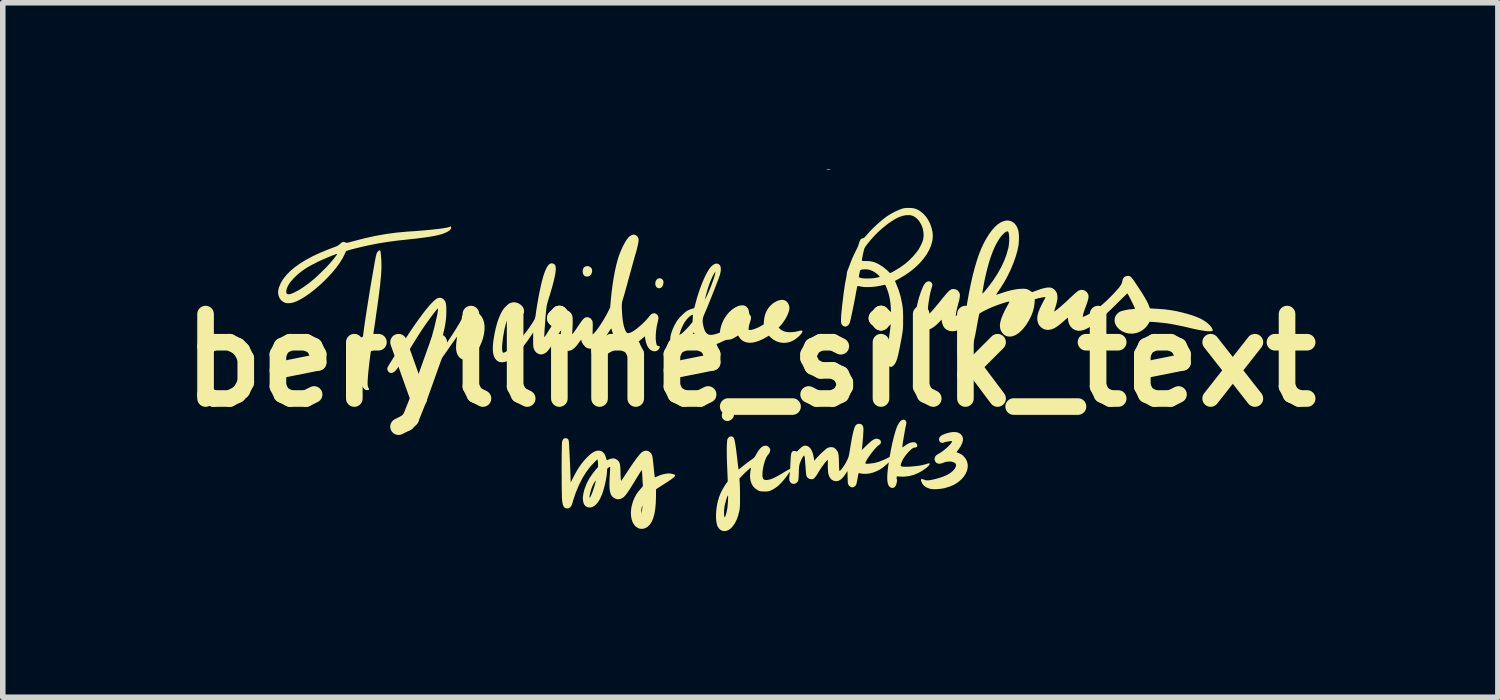
<source format=kicad_pcb>
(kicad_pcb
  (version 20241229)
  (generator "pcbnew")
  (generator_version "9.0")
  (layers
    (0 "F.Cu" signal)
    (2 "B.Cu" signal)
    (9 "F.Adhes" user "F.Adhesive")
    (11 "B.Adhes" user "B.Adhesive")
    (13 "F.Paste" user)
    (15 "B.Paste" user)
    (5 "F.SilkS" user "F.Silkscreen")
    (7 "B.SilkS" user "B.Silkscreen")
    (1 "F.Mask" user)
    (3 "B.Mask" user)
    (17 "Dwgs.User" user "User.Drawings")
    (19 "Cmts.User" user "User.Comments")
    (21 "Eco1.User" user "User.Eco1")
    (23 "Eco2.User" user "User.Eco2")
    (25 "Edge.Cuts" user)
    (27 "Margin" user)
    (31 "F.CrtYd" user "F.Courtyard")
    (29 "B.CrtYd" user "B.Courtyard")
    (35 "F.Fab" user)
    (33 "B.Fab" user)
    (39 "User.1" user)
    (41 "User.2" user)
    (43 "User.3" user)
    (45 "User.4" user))
  (footprint "berylline_silk_text"
    (layer "F.Cu")
    (at 10.494 3.454)
    (property "Reference" "berylline_silk_text" (at 0 0 0) (layer "F.SilkS") (effects (font (size 1.524 1.524) (thickness 0.3))))
    (attr board_only exclude_from_pos_files exclude_from_bom)
    (fp_poly (pts (xy 1.435 -3.453) (xy 1.446 -3.451) (xy 1.445 -3.448) (xy 1.444 -3.448) (xy 1.417 -3.442) (xy 1.385 -3.446) (xy 1.378 -3.448) (xy 1.373 -3.451) (xy 1.38 -3.453) (xy 1.4 -3.453) (xy 1.409 -3.454)) (stroke (width 0) (type solid)) (fill yes) (layer "F.SilkS"))
    (fp_poly (pts (xy -1.618 -1.479) (xy -1.601 -1.471) (xy -1.579 -1.451) (xy -1.568 -1.424) (xy -1.569 -1.389) (xy -1.578 -1.354) (xy -1.593 -1.326) (xy -1.615 -1.308) (xy -1.641 -1.3) (xy -1.668 -1.304) (xy -1.689 -1.317) (xy -1.707 -1.34) (xy -1.715 -1.37) (xy -1.715 -1.403) (xy -1.706 -1.433) (xy -1.689 -1.459) (xy -1.672 -1.472) (xy -1.644 -1.482)) (stroke (width 0) (type solid)) (fill yes) (layer "F.SilkS"))
    (fp_poly (pts (xy -2.916 -1.697) (xy -2.889 -1.684) (xy -2.868 -1.663) (xy -2.86 -1.647) (xy -2.855 -1.613) (xy -2.861 -1.578) (xy -2.876 -1.547) (xy -2.899 -1.524) (xy -2.903 -1.522) (xy -2.93 -1.512) (xy -2.96 -1.512) (xy -2.987 -1.52) (xy -2.996 -1.525) (xy -3.014 -1.548) (xy -3.024 -1.578) (xy -3.027 -1.611) (xy -3.021 -1.644) (xy -3.007 -1.672) (xy -3 -1.68) (xy -2.975 -1.695) (xy -2.946 -1.701)) (stroke (width 0) (type solid)) (fill yes) (layer "F.SilkS"))
    (fp_poly (pts (xy -0.372 0.85) (xy -0.34 0.863) (xy -0.33 0.871) (xy -0.309 0.893) (xy -0.298 0.921) (xy -0.294 0.956) (xy -0.295 0.975) (xy -0.298 1.004) (xy -0.305 1.026) (xy -0.317 1.045) (xy -0.346 1.073) (xy -0.38 1.091) (xy -0.415 1.097) (xy -0.45 1.09) (xy -0.461 1.085) (xy -0.492 1.062) (xy -0.51 1.032) (xy -0.516 0.998) (xy -0.51 0.96) (xy -0.501 0.939) (xy -0.487 0.915) (xy -0.472 0.892) (xy -0.465 0.883) (xy -0.438 0.86) (xy -0.406 0.849)) (stroke (width 0) (type solid)) (fill yes) (layer "F.SilkS"))
    (fp_poly (pts (xy -6.679 -1.98) (xy -6.677 -1.97) (xy -6.674 -1.949) (xy -6.67 -1.919) (xy -6.667 -1.883) (xy -6.665 -1.858) (xy -6.662 -1.82) (xy -6.66 -1.782) (xy -6.659 -1.743) (xy -6.659 -1.703) (xy -6.659 -1.66) (xy -6.661 -1.615) (xy -6.664 -1.565) (xy -6.668 -1.511) (xy -6.674 -1.451) (xy -6.68 -1.386) (xy -6.688 -1.314) (xy -6.698 -1.234) (xy -6.709 -1.146) (xy -6.722 -1.049) (xy -6.737 -0.943) (xy -6.754 -0.825) (xy -6.772 -0.697) (xy -6.793 -0.557) (xy -6.815 -0.404) (xy -6.828 -0.315) (xy -6.844 -0.208) (xy -6.858 -0.104) (xy -6.871 -0.006) (xy -6.882 0.086) (xy -6.891 0.17) (xy -6.899 0.247) (xy -6.904 0.313) (xy -6.907 0.369) (xy -6.909 0.413) (xy -6.908 0.439) (xy -6.903 0.474) (xy -6.893 0.498) (xy -6.89 0.502) (xy -6.881 0.52) (xy -6.884 0.531) (xy -6.9 0.537) (xy -6.918 0.538) (xy -6.941 0.535) (xy -6.964 0.521) (xy -6.968 0.517) (xy -6.992 0.489) (xy -7.014 0.45) (xy -7.031 0.403) (xy -7.039 0.372) (xy -7.046 0.325) (xy -7.05 0.265) (xy -7.05 0.192) (xy -7.047 0.107) (xy -7.04 0.008) (xy -7.031 -0.104) (xy -7.017 -0.229) (xy -7.001 -0.367) (xy -6.981 -0.519) (xy -6.958 -0.684) (xy -6.931 -0.862) (xy -6.901 -1.053) (xy -6.868 -1.259) (xy -6.831 -1.477) (xy -6.818 -1.551) (xy -6.804 -1.632) (xy -6.792 -1.701) (xy -6.782 -1.758) (xy -6.773 -1.805) (xy -6.766 -1.844) (xy -6.76 -1.874) (xy -6.754 -1.897) (xy -6.749 -1.916) (xy -6.744 -1.93) (xy -6.74 -1.94) (xy -6.735 -1.949) (xy -6.734 -1.95) (xy -6.72 -1.968) (xy -6.704 -1.98) (xy -6.689 -1.985)) (stroke (width 0) (type solid)) (fill yes) (layer "F.SilkS"))
    (fp_poly (pts (xy 3.748 1.304) (xy 3.786 1.324) (xy 3.798 1.333) (xy 3.824 1.365) (xy 3.837 1.403) (xy 3.838 1.446) (xy 3.825 1.493) (xy 3.8 1.546) (xy 3.762 1.604) (xy 3.759 1.607) (xy 3.721 1.658) (xy 3.747 1.669) (xy 3.782 1.684) (xy 3.807 1.697) (xy 3.827 1.71) (xy 3.845 1.727) (xy 3.853 1.735) (xy 3.89 1.781) (xy 3.914 1.832) (xy 3.925 1.886) (xy 3.923 1.942) (xy 3.909 1.999) (xy 3.883 2.055) (xy 3.844 2.111) (xy 3.812 2.147) (xy 3.75 2.2) (xy 3.68 2.244) (xy 3.6 2.279) (xy 3.51 2.306) (xy 3.497 2.309) (xy 3.452 2.317) (xy 3.404 2.323) (xy 3.354 2.326) (xy 3.307 2.326) (xy 3.267 2.324) (xy 3.24 2.318) (xy 3.184 2.297) (xy 3.14 2.269) (xy 3.108 2.233) (xy 3.087 2.19) (xy 3.082 2.169) (xy 3.081 2.152) (xy 3.088 2.143) (xy 3.104 2.143) (xy 3.13 2.152) (xy 3.135 2.154) (xy 3.16 2.163) (xy 3.182 2.167) (xy 3.21 2.166) (xy 3.217 2.166) (xy 3.268 2.159) (xy 3.327 2.146) (xy 3.39 2.129) (xy 3.453 2.109) (xy 3.511 2.087) (xy 3.547 2.071) (xy 3.593 2.046) (xy 3.632 2.017) (xy 3.665 1.986) (xy 3.691 1.955) (xy 3.707 1.925) (xy 3.714 1.897) (xy 3.71 1.873) (xy 3.695 1.854) (xy 3.664 1.838) (xy 3.625 1.828) (xy 3.581 1.827) (xy 3.536 1.832) (xy 3.492 1.845) (xy 3.482 1.85) (xy 3.44 1.864) (xy 3.403 1.867) (xy 3.371 1.858) (xy 3.357 1.849) (xy 3.336 1.823) (xy 3.326 1.793) (xy 3.328 1.762) (xy 3.34 1.733) (xy 3.364 1.708) (xy 3.379 1.699) (xy 3.425 1.672) (xy 3.474 1.638) (xy 3.522 1.6) (xy 3.566 1.561) (xy 3.603 1.523) (xy 3.614 1.509) (xy 3.633 1.484) (xy 3.641 1.468) (xy 3.641 1.46) (xy 3.631 1.457) (xy 3.614 1.458) (xy 3.571 1.465) (xy 3.535 1.471) (xy 3.51 1.477) (xy 3.495 1.482) (xy 3.493 1.483) (xy 3.484 1.488) (xy 3.467 1.49) (xy 3.464 1.49) (xy 3.437 1.484) (xy 3.418 1.467) (xy 3.407 1.441) (xy 3.406 1.426) (xy 3.412 1.397) (xy 3.431 1.372) (xy 3.462 1.35) (xy 3.507 1.33) (xy 3.514 1.327) (xy 3.586 1.306) (xy 3.649 1.295) (xy 3.703 1.295)) (stroke (width 0) (type solid)) (fill yes) (layer "F.SilkS"))
    (fp_poly (pts (xy -5.408 -2.416) (xy -5.406 -2.412) (xy -5.4 -2.391) (xy -5.407 -2.37) (xy -5.427 -2.347) (xy -5.459 -2.325) (xy -5.503 -2.303) (xy -5.556 -2.282) (xy -5.605 -2.268) (xy -5.666 -2.253) (xy -5.738 -2.239) (xy -5.822 -2.225) (xy -5.918 -2.212) (xy -6.027 -2.198) (xy -6.149 -2.185) (xy -6.21 -2.178) (xy -6.388 -2.159) (xy -6.556 -2.136) (xy -6.712 -2.111) (xy -6.813 -2.091) (xy -6.882 -2.077) (xy -6.953 -2.062) (xy -7.023 -2.046) (xy -7.089 -2.03) (xy -7.15 -2.015) (xy -7.202 -2.001) (xy -7.242 -1.99) (xy -7.298 -1.972) (xy -7.315 -1.932) (xy -7.356 -1.849) (xy -7.41 -1.761) (xy -7.476 -1.67) (xy -7.553 -1.577) (xy -7.642 -1.482) (xy -7.692 -1.432) (xy -7.781 -1.349) (xy -7.868 -1.275) (xy -7.954 -1.208) (xy -8.036 -1.151) (xy -8.114 -1.104) (xy -8.187 -1.067) (xy -8.242 -1.046) (xy -8.277 -1.037) (xy -8.317 -1.032) (xy -8.355 -1.031) (xy -8.386 -1.035) (xy -8.394 -1.037) (xy -8.439 -1.059) (xy -8.476 -1.091) (xy -8.503 -1.133) (xy -8.519 -1.181) (xy -8.523 -1.211) (xy -8.524 -1.24) (xy -8.523 -1.251) (xy -8.376 -1.251) (xy -8.376 -1.222) (xy -8.366 -1.201) (xy -8.366 -1.201) (xy -8.348 -1.192) (xy -8.32 -1.192) (xy -8.283 -1.202) (xy -8.239 -1.221) (xy -8.151 -1.267) (xy -8.059 -1.326) (xy -7.963 -1.396) (xy -7.892 -1.454) (xy -7.85 -1.49) (xy -7.803 -1.534) (xy -7.752 -1.583) (xy -7.701 -1.633) (xy -7.652 -1.682) (xy -7.61 -1.727) (xy -7.585 -1.755) (xy -7.556 -1.789) (xy -7.528 -1.822) (xy -7.504 -1.853) (xy -7.483 -1.88) (xy -7.467 -1.902) (xy -7.458 -1.916) (xy -7.457 -1.921) (xy -7.465 -1.92) (xy -7.484 -1.914) (xy -7.512 -1.904) (xy -7.548 -1.891) (xy -7.588 -1.874) (xy -7.633 -1.856) (xy -7.679 -1.836) (xy -7.725 -1.816) (xy -7.769 -1.796) (xy -7.809 -1.777) (xy -7.826 -1.768) (xy -7.893 -1.734) (xy -7.95 -1.704) (xy -8 -1.675) (xy -8.045 -1.646) (xy -8.089 -1.615) (xy -8.13 -1.584) (xy -8.168 -1.553) (xy -8.207 -1.516) (xy -8.246 -1.477) (xy -8.281 -1.438) (xy -8.31 -1.402) (xy -8.329 -1.374) (xy -8.353 -1.329) (xy -8.369 -1.288) (xy -8.376 -1.251) (xy -8.523 -1.251) (xy -8.521 -1.267) (xy -8.514 -1.297) (xy -8.509 -1.316) (xy -8.478 -1.391) (xy -8.434 -1.465) (xy -8.376 -1.538) (xy -8.306 -1.61) (xy -8.223 -1.68) (xy -8.128 -1.748) (xy -8.02 -1.814) (xy -7.902 -1.878) (xy -7.771 -1.939) (xy -7.63 -1.997) (xy -7.539 -2.032) (xy -7.499 -2.046) (xy -7.47 -2.058) (xy -7.448 -2.069) (xy -7.43 -2.081) (xy -7.413 -2.094) (xy -7.409 -2.099) (xy -7.381 -2.122) (xy -7.359 -2.134) (xy -7.339 -2.137) (xy -7.318 -2.132) (xy -7.312 -2.129) (xy -7.302 -2.125) (xy -7.293 -2.122) (xy -7.283 -2.122) (xy -7.268 -2.124) (xy -7.247 -2.128) (xy -7.218 -2.136) (xy -7.178 -2.147) (xy -7.169 -2.149) (xy -6.967 -2.202) (xy -6.772 -2.245) (xy -6.58 -2.279) (xy -6.389 -2.305) (xy -6.195 -2.323) (xy -6.161 -2.325) (xy -6.056 -2.332) (xy -5.957 -2.34) (xy -5.862 -2.348) (xy -5.775 -2.356) (xy -5.695 -2.365) (xy -5.624 -2.373) (xy -5.562 -2.381) (xy -5.51 -2.389) (xy -5.47 -2.397) (xy -5.441 -2.404) (xy -5.426 -2.41) (xy -5.425 -2.411) (xy -5.414 -2.419)) (stroke (width 0) (type solid)) (fill yes) (layer "F.SilkS"))
    (fp_poly (pts (xy -5.571 -1.124) (xy -5.54 -1.104) (xy -5.533 -1.097) (xy -5.517 -1.078) (xy -5.505 -1.058) (xy -5.497 -1.033) (xy -5.491 -1.001) (xy -5.488 -0.961) (xy -5.487 -0.91) (xy -5.487 -0.885) (xy -5.488 -0.83) (xy -5.491 -0.777) (xy -5.496 -0.724) (xy -5.504 -0.669) (xy -5.514 -0.609) (xy -5.528 -0.544) (xy -5.545 -0.471) (xy -5.565 -0.389) (xy -5.59 -0.295) (xy -5.594 -0.28) (xy -5.606 -0.236) (xy -5.617 -0.196) (xy -5.625 -0.163) (xy -5.631 -0.138) (xy -5.634 -0.124) (xy -5.634 -0.121) (xy -5.629 -0.125) (xy -5.617 -0.137) (xy -5.6 -0.155) (xy -5.597 -0.159) (xy -5.552 -0.214) (xy -5.502 -0.281) (xy -5.447 -0.361) (xy -5.387 -0.451) (xy -5.322 -0.553) (xy -5.273 -0.633) (xy -5.249 -0.673) (xy -5.231 -0.704) (xy -5.219 -0.727) (xy -5.212 -0.744) (xy -5.208 -0.757) (xy -5.208 -0.767) (xy -5.208 -0.769) (xy -5.204 -0.796) (xy -5.187 -0.822) (xy -5.158 -0.847) (xy -5.125 -0.867) (xy -5.074 -0.885) (xy -5.022 -0.889) (xy -4.971 -0.881) (xy -4.923 -0.86) (xy -4.886 -0.832) (xy -4.85 -0.789) (xy -4.823 -0.738) (xy -4.805 -0.678) (xy -4.797 -0.611) (xy -4.799 -0.539) (xy -4.81 -0.462) (xy -4.831 -0.381) (xy -4.851 -0.325) (xy -4.879 -0.261) (xy -4.912 -0.2) (xy -4.948 -0.145) (xy -4.985 -0.097) (xy -5.023 -0.059) (xy -5.059 -0.031) (xy -5.074 -0.023) (xy -5.119 -0.009) (xy -5.164 -0.008) (xy -5.206 -0.021) (xy -5.244 -0.045) (xy -5.26 -0.062) (xy -5.286 -0.102) (xy -5.303 -0.15) (xy -5.312 -0.208) (xy -5.311 -0.276) (xy -5.306 -0.325) (xy -5.105 -0.325) (xy -5.105 -0.304) (xy -5.104 -0.294) (xy -5.103 -0.294) (xy -5.098 -0.299) (xy -5.087 -0.314) (xy -5.072 -0.334) (xy -5.067 -0.342) (xy -5.028 -0.407) (xy -4.997 -0.471) (xy -4.975 -0.532) (xy -4.963 -0.589) (xy -4.96 -0.639) (xy -4.961 -0.652) (xy -4.97 -0.692) (xy -4.986 -0.72) (xy -5.01 -0.739) (xy -5.044 -0.75) (xy -5.067 -0.753) (xy -5.104 -0.757) (xy -5.09 -0.727) (xy -5.084 -0.716) (xy -5.081 -0.706) (xy -5.079 -0.694) (xy -5.078 -0.679) (xy -5.079 -0.657) (xy -5.082 -0.627) (xy -5.087 -0.585) (xy -5.087 -0.581) (xy -5.092 -0.533) (xy -5.096 -0.484) (xy -5.099 -0.437) (xy -5.102 -0.394) (xy -5.104 -0.356) (xy -5.105 -0.325) (xy -5.306 -0.325) (xy -5.305 -0.338) (xy -5.301 -0.371) (xy -5.297 -0.397) (xy -5.296 -0.416) (xy -5.295 -0.423) (xy -5.295 -0.423) (xy -5.297 -0.423) (xy -5.299 -0.421) (xy -5.304 -0.415) (xy -5.311 -0.405) (xy -5.322 -0.39) (xy -5.337 -0.369) (xy -5.356 -0.341) (xy -5.381 -0.306) (xy -5.413 -0.261) (xy -5.451 -0.206) (xy -5.486 -0.155) (xy -5.516 -0.113) (xy -5.545 -0.072) (xy -5.572 -0.036) (xy -5.594 -0.005) (xy -5.612 0.018) (xy -5.621 0.028) (xy -5.654 0.058) (xy -5.688 0.076) (xy -5.721 0.081) (xy -5.753 0.074) (xy -5.781 0.055) (xy -5.786 0.049) (xy -5.802 0.025) (xy -5.812 -0.003) (xy -5.817 -0.04) (xy -5.818 -0.081) (xy -5.818 -0.109) (xy -5.815 -0.138) (xy -5.81 -0.171) (xy -5.803 -0.209) (xy -5.793 -0.254) (xy -5.78 -0.307) (xy -5.764 -0.371) (xy -5.744 -0.446) (xy -5.742 -0.455) (xy -5.721 -0.531) (xy -5.702 -0.604) (xy -5.686 -0.673) (xy -5.671 -0.737) (xy -5.658 -0.793) (xy -5.648 -0.842) (xy -5.642 -0.882) (xy -5.638 -0.912) (xy -5.637 -0.93) (xy -5.639 -0.935) (xy -5.645 -0.931) (xy -5.659 -0.917) (xy -5.681 -0.891) (xy -5.709 -0.855) (xy -5.744 -0.809) (xy -5.786 -0.752) (xy -5.799 -0.734) (xy -5.83 -0.692) (xy -5.858 -0.653) (xy -5.884 -0.615) (xy -5.91 -0.577) (xy -5.937 -0.537) (xy -5.965 -0.493) (xy -5.996 -0.445) (xy -6.03 -0.391) (xy -6.069 -0.328) (xy -6.114 -0.256) (xy -6.142 -0.21) (xy -6.192 -0.129) (xy -6.235 -0.06) (xy -6.272 -0.001) (xy -6.304 0.049) (xy -6.332 0.091) (xy -6.355 0.124) (xy -6.375 0.151) (xy -6.392 0.173) (xy -6.407 0.189) (xy -6.42 0.201) (xy -6.432 0.21) (xy -6.444 0.217) (xy -6.467 0.227) (xy -6.485 0.23) (xy -6.501 0.226) (xy -6.508 0.224) (xy -6.53 0.208) (xy -6.546 0.184) (xy -6.553 0.157) (xy -6.553 0.154) (xy -6.553 0.149) (xy -6.553 0.145) (xy -6.552 0.14) (xy -6.55 0.133) (xy -6.546 0.124) (xy -6.539 0.112) (xy -6.53 0.096) (xy -6.518 0.076) (xy -6.502 0.049) (xy -6.481 0.016) (xy -6.456 -0.025) (xy -6.425 -0.073) (xy -6.389 -0.131) (xy -6.346 -0.199) (xy -6.296 -0.278) (xy -6.288 -0.29) (xy -6.213 -0.408) (xy -6.14 -0.519) (xy -6.071 -0.621) (xy -6.004 -0.716) (xy -5.941 -0.802) (xy -5.883 -0.88) (xy -5.828 -0.947) (xy -5.779 -1.005) (xy -5.735 -1.051) (xy -5.696 -1.087) (xy -5.663 -1.112) (xy -5.642 -1.123) (xy -5.605 -1.13)) (stroke (width 0) (type solid)) (fill yes) (layer "F.SilkS"))
    (fp_poly (pts (xy -0.58 -1.741) (xy -0.555 -1.723) (xy -0.539 -1.696) (xy -0.532 -1.658) (xy -0.534 -1.61) (xy -0.546 -1.554) (xy -0.549 -1.541) (xy -0.556 -1.521) (xy -0.567 -1.49) (xy -0.582 -1.449) (xy -0.601 -1.401) (xy -0.622 -1.346) (xy -0.645 -1.286) (xy -0.67 -1.224) (xy -0.695 -1.161) (xy -0.72 -1.098) (xy -0.744 -1.038) (xy -0.767 -0.981) (xy -0.788 -0.93) (xy -0.807 -0.887) (xy -0.822 -0.852) (xy -0.829 -0.835) (xy -0.847 -0.792) (xy -0.857 -0.754) (xy -0.861 -0.716) (xy -0.858 -0.674) (xy -0.849 -0.625) (xy -0.834 -0.568) (xy -0.816 -0.524) (xy -0.792 -0.491) (xy -0.764 -0.47) (xy -0.742 -0.462) (xy -0.711 -0.459) (xy -0.672 -0.463) (xy -0.627 -0.473) (xy -0.581 -0.488) (xy -0.55 -0.5) (xy -0.542 -0.557) (xy -0.53 -0.608) (xy -0.511 -0.665) (xy -0.485 -0.723) (xy -0.46 -0.767) (xy -0.423 -0.821) (xy -0.381 -0.87) (xy -0.336 -0.911) (xy -0.289 -0.945) (xy -0.242 -0.97) (xy -0.197 -0.987) (xy -0.153 -0.993) (xy -0.114 -0.99) (xy -0.079 -0.974) (xy -0.07 -0.967) (xy -0.044 -0.938) (xy -0.029 -0.902) (xy -0.025 -0.874) (xy -0.022 -0.851) (xy -0.016 -0.832) (xy -0.013 -0.827) (xy 0.003 -0.806) (xy 0.011 -0.786) (xy 0.013 -0.762) (xy 0.008 -0.732) (xy -0.004 -0.693) (xy -0.007 -0.684) (xy -0.017 -0.651) (xy -0.025 -0.619) (xy -0.029 -0.592) (xy -0.03 -0.586) (xy -0.031 -0.549) (xy -0.007 -0.547) (xy 0.016 -0.549) (xy 0.048 -0.557) (xy 0.086 -0.57) (xy 0.126 -0.586) (xy 0.167 -0.605) (xy 0.189 -0.617) (xy 0.241 -0.647) (xy 0.245 -0.703) (xy 0.252 -0.76) (xy 0.262 -0.809) (xy 0.277 -0.854) (xy 0.293 -0.888) (xy 0.322 -0.938) (xy 0.359 -0.983) (xy 0.401 -1.022) (xy 0.447 -1.053) (xy 0.494 -1.076) (xy 0.542 -1.089) (xy 0.586 -1.091) (xy 0.618 -1.084) (xy 0.649 -1.067) (xy 0.675 -1.039) (xy 0.694 -1.004) (xy 0.705 -0.964) (xy 0.706 -0.944) (xy 0.701 -0.904) (xy 0.687 -0.858) (xy 0.666 -0.807) (xy 0.638 -0.754) (xy 0.604 -0.701) (xy 0.567 -0.652) (xy 0.546 -0.628) (xy 0.511 -0.589) (xy 0.538 -0.565) (xy 0.56 -0.548) (xy 0.588 -0.532) (xy 0.606 -0.524) (xy 0.647 -0.513) (xy 0.697 -0.507) (xy 0.751 -0.508) (xy 0.807 -0.514) (xy 0.851 -0.523) (xy 0.886 -0.532) (xy 0.911 -0.537) (xy 0.926 -0.537) (xy 0.936 -0.534) (xy 0.94 -0.527) (xy 0.939 -0.512) (xy 0.928 -0.491) (xy 0.908 -0.466) (xy 0.881 -0.438) (xy 0.849 -0.41) (xy 0.814 -0.383) (xy 0.794 -0.369) (xy 0.734 -0.338) (xy 0.671 -0.32) (xy 0.606 -0.314) (xy 0.541 -0.321) (xy 0.478 -0.34) (xy 0.419 -0.371) (xy 0.372 -0.408) (xy 0.335 -0.444) (xy 0.312 -0.431) (xy 0.232 -0.386) (xy 0.159 -0.353) (xy 0.093 -0.331) (xy 0.033 -0.319) (xy -0.022 -0.317) (xy -0.068 -0.324) (xy -0.113 -0.339) (xy -0.149 -0.36) (xy -0.18 -0.39) (xy -0.21 -0.431) (xy -0.214 -0.438) (xy -0.219 -0.445) (xy -0.226 -0.446) (xy -0.237 -0.44) (xy -0.254 -0.428) (xy -0.305 -0.397) (xy -0.352 -0.378) (xy -0.398 -0.371) (xy -0.401 -0.371) (xy -0.421 -0.37) (xy -0.439 -0.367) (xy -0.459 -0.36) (xy -0.485 -0.349) (xy -0.519 -0.333) (xy -0.52 -0.332) (xy -0.574 -0.308) (xy -0.619 -0.29) (xy -0.66 -0.279) (xy -0.701 -0.274) (xy -0.744 -0.274) (xy -0.748 -0.274) (xy -0.804 -0.281) (xy -0.853 -0.298) (xy -0.898 -0.326) (xy -0.923 -0.347) (xy -0.953 -0.378) (xy -0.977 -0.41) (xy -0.996 -0.449) (xy -1.004 -0.466) (xy -1.019 -0.504) (xy -1.038 -0.479) (xy -1.087 -0.419) (xy -1.138 -0.367) (xy -1.188 -0.323) (xy -1.236 -0.289) (xy -1.255 -0.279) (xy -1.299 -0.263) (xy -1.34 -0.26) (xy -1.375 -0.269) (xy -1.401 -0.286) (xy -1.424 -0.313) (xy -1.44 -0.345) (xy -1.441 -0.347) (xy -1.446 -0.38) (xy -1.443 -0.421) (xy -1.434 -0.463) (xy -1.279 -0.463) (xy -1.277 -0.458) (xy -1.268 -0.46) (xy -1.253 -0.471) (xy -1.23 -0.491) (xy -1.199 -0.519) (xy -1.17 -0.548) (xy -1.137 -0.582) (xy -1.106 -0.616) (xy -1.094 -0.63) (xy -1.044 -0.69) (xy -1.039 -0.755) (xy -1.038 -0.784) (xy -1.037 -0.807) (xy -1.037 -0.821) (xy -1.038 -0.823) (xy -1.045 -0.822) (xy -1.061 -0.815) (xy -1.073 -0.809) (xy -1.11 -0.78) (xy -1.148 -0.74) (xy -1.184 -0.69) (xy -1.217 -0.632) (xy -1.245 -0.57) (xy -1.256 -0.539) (xy -1.266 -0.51) (xy -1.274 -0.485) (xy -1.278 -0.468) (xy -1.279 -0.463) (xy -1.434 -0.463) (xy -1.433 -0.47) (xy -1.416 -0.523) (xy -1.394 -0.58) (xy -1.367 -0.637) (xy -1.335 -0.693) (xy -1.32 -0.717) (xy -1.297 -0.747) (xy -1.267 -0.781) (xy -1.234 -0.815) (xy -1.2 -0.847) (xy -1.167 -0.875) (xy -1.14 -0.894) (xy -1.133 -0.898) (xy -1.103 -0.912) (xy -1.07 -0.925) (xy -1.053 -0.93) (xy -1.012 -0.942) (xy -0.988 -1.032) (xy -0.973 -1.087) (xy -0.825 -1.087) (xy -0.822 -1.084) (xy -0.818 -1.087) (xy -0.822 -1.091) (xy -0.825 -1.087) (xy -0.973 -1.087) (xy -0.969 -1.101) (xy -0.818 -1.101) (xy -0.815 -1.103) (xy -0.807 -1.116) (xy -0.796 -1.139) (xy -0.782 -1.168) (xy -0.766 -1.204) (xy -0.749 -1.242) (xy -0.732 -1.283) (xy -0.724 -1.304) (xy -0.701 -1.361) (xy -0.681 -1.416) (xy -0.663 -1.468) (xy -0.648 -1.513) (xy -0.638 -1.55) (xy -0.633 -1.574) (xy -0.629 -1.605) (xy -0.651 -1.57) (xy -0.67 -1.538) (xy -0.691 -1.495) (xy -0.713 -1.444) (xy -0.735 -1.389) (xy -0.748 -1.352) (xy -0.757 -1.326) (xy -0.767 -1.293) (xy -0.778 -1.257) (xy -0.789 -1.219) (xy -0.799 -1.182) (xy -0.807 -1.149) (xy -0.814 -1.123) (xy -0.817 -1.106) (xy -0.818 -1.101) (xy -0.969 -1.101) (xy -0.963 -1.126) (xy -0.933 -1.219) (xy -0.902 -1.31) (xy -0.869 -1.396) (xy -0.835 -1.476) (xy -0.8 -1.548) (xy -0.767 -1.609) (xy -0.737 -1.655) (xy -0.703 -1.697) (xy -0.668 -1.726) (xy -0.634 -1.743) (xy -0.601 -1.746)) (stroke (width 0) (type solid)) (fill yes) (layer "F.SilkS"))
    (fp_poly (pts (xy 2.912 -2.749) (xy 2.955 -2.743) (xy 2.994 -2.731) (xy 3.034 -2.712) (xy 3.063 -2.694) (xy 3.118 -2.651) (xy 3.168 -2.597) (xy 3.211 -2.534) (xy 3.246 -2.465) (xy 3.272 -2.39) (xy 3.289 -2.314) (xy 3.294 -2.244) (xy 3.292 -2.216) (xy 3.289 -2.182) (xy 3.284 -2.152) (xy 3.262 -2.07) (xy 3.226 -1.988) (xy 3.179 -1.905) (xy 3.119 -1.825) (xy 3.05 -1.746) (xy 2.971 -1.671) (xy 2.882 -1.599) (xy 2.786 -1.533) (xy 2.684 -1.473) (xy 2.61 -1.433) (xy 2.63 -1.388) (xy 2.677 -1.271) (xy 2.714 -1.148) (xy 2.741 -1.018) (xy 2.742 -1.007) (xy 2.748 -0.971) (xy 2.752 -0.935) (xy 2.755 -0.899) (xy 2.757 -0.857) (xy 2.758 -0.808) (xy 2.758 -0.748) (xy 2.758 -0.694) (xy 2.758 -0.648) (xy 2.756 -0.606) (xy 2.754 -0.567) (xy 2.75 -0.528) (xy 2.744 -0.487) (xy 2.737 -0.441) (xy 2.727 -0.387) (xy 2.715 -0.324) (xy 2.706 -0.276) (xy 2.692 -0.206) (xy 2.679 -0.148) (xy 2.669 -0.1) (xy 2.659 -0.061) (xy 2.651 -0.03) (xy 2.642 -0.004) (xy 2.633 0.018) (xy 2.624 0.038) (xy 2.621 0.044) (xy 2.597 0.081) (xy 2.572 0.106) (xy 2.546 0.118) (xy 2.52 0.116) (xy 2.509 0.111) (xy 2.498 0.101) (xy 2.486 0.083) (xy 2.481 0.075) (xy 2.473 0.056) (xy 2.467 0.033) (xy 2.464 0.005) (xy 2.462 -0.029) (xy 2.464 -0.07) (xy 2.468 -0.119) (xy 2.474 -0.179) (xy 2.483 -0.251) (xy 2.492 -0.322) (xy 2.503 -0.401) (xy 2.512 -0.467) (xy 2.52 -0.524) (xy 2.526 -0.572) (xy 2.53 -0.614) (xy 2.534 -0.651) (xy 2.536 -0.685) (xy 2.538 -0.718) (xy 2.539 -0.752) (xy 2.539 -0.788) (xy 2.539 -0.829) (xy 2.539 -0.83) (xy 2.538 -0.912) (xy 2.534 -0.983) (xy 2.527 -1.049) (xy 2.517 -1.112) (xy 2.503 -1.175) (xy 2.501 -1.184) (xy 2.491 -1.221) (xy 2.479 -1.257) (xy 2.466 -1.292) (xy 2.454 -1.323) (xy 2.444 -1.346) (xy 2.435 -1.361) (xy 2.431 -1.364) (xy 2.421 -1.362) (xy 2.401 -1.358) (xy 2.373 -1.352) (xy 2.346 -1.346) (xy 2.289 -1.335) (xy 2.226 -1.327) (xy 2.161 -1.323) (xy 2.097 -1.322) (xy 2.039 -1.325) (xy 1.994 -1.332) (xy 1.967 -1.337) (xy 1.946 -1.34) (xy 1.934 -1.341) (xy 1.932 -1.34) (xy 1.93 -1.333) (xy 1.926 -1.313) (xy 1.92 -1.285) (xy 1.913 -1.249) (xy 1.905 -1.208) (xy 1.905 -1.205) (xy 1.892 -1.133) (xy 1.878 -1.06) (xy 1.864 -0.99) (xy 1.85 -0.922) (xy 1.837 -0.86) (xy 1.825 -0.803) (xy 1.814 -0.754) (xy 1.804 -0.714) (xy 1.797 -0.685) (xy 1.791 -0.669) (xy 1.791 -0.668) (xy 1.774 -0.641) (xy 1.75 -0.62) (xy 1.725 -0.61) (xy 1.715 -0.608) (xy 1.688 -0.614) (xy 1.663 -0.63) (xy 1.647 -0.65) (xy 1.641 -0.668) (xy 1.638 -0.694) (xy 1.637 -0.73) (xy 1.638 -0.777) (xy 1.642 -0.835) (xy 1.649 -0.905) (xy 1.657 -0.983) (xy 1.668 -1.077) (xy 1.678 -1.158) (xy 1.687 -1.229) (xy 1.696 -1.291) (xy 1.704 -1.345) (xy 1.712 -1.394) (xy 1.72 -1.438) (xy 1.724 -1.454) (xy 1.73 -1.489) (xy 1.734 -1.509) (xy 1.96 -1.509) (xy 1.96 -1.499) (xy 1.961 -1.499) (xy 1.969 -1.495) (xy 1.986 -1.49) (xy 1.998 -1.486) (xy 2.028 -1.481) (xy 2.069 -1.477) (xy 2.116 -1.477) (xy 2.165 -1.478) (xy 2.213 -1.481) (xy 2.256 -1.487) (xy 2.264 -1.489) (xy 2.293 -1.495) (xy 2.316 -1.5) (xy 2.331 -1.505) (xy 2.334 -1.507) (xy 2.333 -1.514) (xy 2.322 -1.528) (xy 2.304 -1.545) (xy 2.281 -1.564) (xy 2.255 -1.583) (xy 2.23 -1.599) (xy 2.207 -1.612) (xy 2.157 -1.632) (xy 2.115 -1.641) (xy 2.084 -1.642) (xy 2.051 -1.642) (xy 2.021 -1.639) (xy 1.998 -1.634) (xy 1.988 -1.63) (xy 1.983 -1.622) (xy 1.978 -1.604) (xy 1.972 -1.58) (xy 1.966 -1.553) (xy 1.962 -1.528) (xy 1.96 -1.509) (xy 1.734 -1.509) (xy 1.736 -1.522) (xy 1.74 -1.549) (xy 1.742 -1.566) (xy 1.742 -1.566) (xy 1.744 -1.586) (xy 1.752 -1.612) (xy 1.759 -1.633) (xy 1.769 -1.656) (xy 1.781 -1.688) (xy 1.795 -1.725) (xy 1.809 -1.762) (xy 1.809 -1.762) (xy 1.826 -1.805) (xy 2.014 -1.805) (xy 2.015 -1.8) (xy 2.021 -1.796) (xy 2.032 -1.794) (xy 2.053 -1.793) (xy 2.085 -1.793) (xy 2.089 -1.793) (xy 2.149 -1.79) (xy 2.2 -1.782) (xy 2.249 -1.767) (xy 2.301 -1.744) (xy 2.313 -1.738) (xy 2.396 -1.686) (xy 2.47 -1.625) (xy 2.486 -1.609) (xy 2.503 -1.592) (xy 2.517 -1.579) (xy 2.524 -1.574) (xy 2.524 -1.574) (xy 2.532 -1.577) (xy 2.548 -1.586) (xy 2.572 -1.598) (xy 2.598 -1.613) (xy 2.697 -1.672) (xy 2.784 -1.734) (xy 2.862 -1.8) (xy 2.934 -1.872) (xy 3.001 -1.952) (xy 3.014 -1.969) (xy 3.041 -2.007) (xy 3.067 -2.053) (xy 3.09 -2.101) (xy 3.109 -2.146) (xy 3.12 -2.182) (xy 3.128 -2.247) (xy 3.125 -2.315) (xy 3.111 -2.383) (xy 3.086 -2.448) (xy 3.052 -2.507) (xy 3.017 -2.549) (xy 2.978 -2.583) (xy 2.939 -2.605) (xy 2.896 -2.618) (xy 2.86 -2.621) (xy 2.804 -2.619) (xy 2.746 -2.607) (xy 2.683 -2.585) (xy 2.617 -2.552) (xy 2.546 -2.508) (xy 2.47 -2.454) (xy 2.388 -2.387) (xy 2.333 -2.34) (xy 2.297 -2.306) (xy 2.257 -2.266) (xy 2.217 -2.223) (xy 2.178 -2.179) (xy 2.141 -2.135) (xy 2.108 -2.094) (xy 2.082 -2.058) (xy 2.064 -2.029) (xy 2.061 -2.025) (xy 2.057 -2.011) (xy 2.05 -1.987) (xy 2.042 -1.955) (xy 2.034 -1.92) (xy 2.027 -1.885) (xy 2.021 -1.852) (xy 2.016 -1.825) (xy 2.014 -1.807) (xy 2.014 -1.805) (xy 1.826 -1.805) (xy 1.837 -1.834) (xy 1.874 -1.915) (xy 1.918 -2.004) (xy 1.932 -2.032) (xy 1.939 -2.048) (xy 1.949 -2.073) (xy 1.958 -2.103) (xy 1.961 -2.113) (xy 1.975 -2.153) (xy 1.99 -2.18) (xy 2.008 -2.196) (xy 2.029 -2.203) (xy 2.034 -2.203) (xy 2.045 -2.206) (xy 2.058 -2.215) (xy 2.074 -2.232) (xy 2.097 -2.258) (xy 2.102 -2.263) (xy 2.148 -2.316) (xy 2.203 -2.373) (xy 2.263 -2.431) (xy 2.327 -2.488) (xy 2.389 -2.541) (xy 2.449 -2.587) (xy 2.497 -2.619) (xy 2.544 -2.648) (xy 2.598 -2.677) (xy 2.654 -2.703) (xy 2.706 -2.725) (xy 2.726 -2.732) (xy 2.753 -2.741) (xy 2.777 -2.746) (xy 2.803 -2.749) (xy 2.836 -2.751) (xy 2.86 -2.751)) (stroke (width 0) (type solid)) (fill yes) (layer "F.SilkS"))
    (fp_poly (pts (xy -3.307 1.411) (xy -3.287 1.428) (xy -3.277 1.455) (xy -3.277 1.456) (xy -3.275 1.47) (xy -3.273 1.497) (xy -3.271 1.534) (xy -3.269 1.58) (xy -3.266 1.633) (xy -3.263 1.69) (xy -3.26 1.751) (xy -3.257 1.814) (xy -3.254 1.876) (xy -3.252 1.936) (xy -3.249 1.992) (xy -3.248 2.043) (xy -3.247 2.051) (xy -3.243 2.204) (xy -3.189 2.1) (xy -3.144 2.016) (xy -3.1 1.943) (xy -3.056 1.878) (xy -3.009 1.819) (xy -2.958 1.763) (xy -2.954 1.758) (xy -2.904 1.711) (xy -2.86 1.675) (xy -2.819 1.65) (xy -2.782 1.635) (xy -2.745 1.63) (xy -2.743 1.63) (xy -2.702 1.635) (xy -2.667 1.652) (xy -2.639 1.681) (xy -2.617 1.723) (xy -2.608 1.75) (xy -2.6 1.775) (xy -2.594 1.793) (xy -2.591 1.803) (xy -2.59 1.803) (xy -2.584 1.802) (xy -2.568 1.796) (xy -2.557 1.791) (xy -2.511 1.774) (xy -2.468 1.77) (xy -2.431 1.78) (xy -2.401 1.799) (xy -2.384 1.815) (xy -2.372 1.831) (xy -2.362 1.85) (xy -2.355 1.872) (xy -2.35 1.902) (xy -2.346 1.939) (xy -2.344 1.987) (xy -2.343 2.03) (xy -2.342 2.073) (xy -2.34 2.111) (xy -2.338 2.143) (xy -2.336 2.164) (xy -2.334 2.175) (xy -2.333 2.175) (xy -2.328 2.17) (xy -2.316 2.154) (xy -2.299 2.13) (xy -2.278 2.099) (xy -2.254 2.062) (xy -2.235 2.034) (xy -2.177 1.945) (xy -2.124 1.867) (xy -2.076 1.8) (xy -2.035 1.745) (xy -2 1.702) (xy -1.971 1.671) (xy -1.95 1.653) (xy -1.914 1.635) (xy -1.878 1.631) (xy -1.843 1.638) (xy -1.812 1.657) (xy -1.787 1.686) (xy -1.77 1.724) (xy -1.77 1.727) (xy -1.767 1.741) (xy -1.763 1.767) (xy -1.759 1.802) (xy -1.754 1.843) (xy -1.749 1.888) (xy -1.748 1.895) (xy -1.742 1.956) (xy -1.737 2.004) (xy -1.733 2.041) (xy -1.73 2.069) (xy -1.728 2.088) (xy -1.726 2.101) (xy -1.724 2.108) (xy -1.722 2.111) (xy -1.72 2.112) (xy -1.712 2.109) (xy -1.694 2.102) (xy -1.672 2.092) (xy -1.67 2.091) (xy -1.623 2.072) (xy -1.572 2.057) (xy -1.521 2.046) (xy -1.476 2.042) (xy -1.472 2.042) (xy -1.444 2.044) (xy -1.415 2.049) (xy -1.388 2.056) (xy -1.368 2.064) (xy -1.36 2.071) (xy -1.357 2.079) (xy -1.36 2.088) (xy -1.369 2.1) (xy -1.385 2.116) (xy -1.409 2.134) (xy -1.441 2.158) (xy -1.483 2.186) (xy -1.536 2.221) (xy -1.579 2.248) (xy -1.702 2.327) (xy -1.703 2.473) (xy -1.707 2.587) (xy -1.717 2.688) (xy -1.732 2.777) (xy -1.754 2.853) (xy -1.781 2.916) (xy -1.814 2.966) (xy -1.853 3.005) (xy -1.898 3.03) (xy -1.908 3.034) (xy -1.942 3.041) (xy -1.979 3.041) (xy -2.012 3.035) (xy -2.02 3.032) (xy -2.062 3.006) (xy -2.096 2.97) (xy -2.123 2.925) (xy -2.142 2.872) (xy -2.153 2.812) (xy -2.155 2.773) (xy -1.972 2.773) (xy -1.962 2.734) (xy -1.955 2.704) (xy -1.95 2.671) (xy -1.948 2.657) (xy -1.944 2.619) (xy -1.955 2.643) (xy -1.961 2.663) (xy -1.966 2.69) (xy -1.969 2.72) (xy -1.969 2.72) (xy -1.972 2.773) (xy -2.155 2.773) (xy -2.156 2.748) (xy -2.151 2.68) (xy -2.137 2.61) (xy -2.115 2.539) (xy -2.086 2.472) (xy -2.056 2.418) (xy -2.02 2.367) (xy -1.975 2.314) (xy -1.973 2.313) (xy -1.955 2.291) (xy -1.944 2.276) (xy -1.939 2.264) (xy -1.939 2.252) (xy -1.94 2.246) (xy -1.942 2.23) (xy -1.944 2.203) (xy -1.946 2.169) (xy -1.947 2.131) (xy -1.948 2.119) (xy -1.95 2.081) (xy -1.952 2.047) (xy -1.954 2.019) (xy -1.955 2.001) (xy -1.956 1.998) (xy -1.957 1.992) (xy -1.958 1.987) (xy -1.959 1.984) (xy -1.962 1.985) (xy -1.967 1.991) (xy -1.975 2.002) (xy -1.986 2.019) (xy -2.002 2.044) (xy -2.023 2.078) (xy -2.049 2.121) (xy -2.082 2.175) (xy -2.09 2.188) (xy -2.132 2.256) (xy -2.168 2.313) (xy -2.199 2.36) (xy -2.225 2.398) (xy -2.248 2.429) (xy -2.269 2.453) (xy -2.288 2.471) (xy -2.306 2.484) (xy -2.325 2.494) (xy -2.344 2.501) (xy -2.353 2.503) (xy -2.388 2.509) (xy -2.422 2.503) (xy -2.458 2.486) (xy -2.463 2.483) (xy -2.487 2.464) (xy -2.507 2.44) (xy -2.522 2.409) (xy -2.533 2.371) (xy -2.54 2.324) (xy -2.543 2.267) (xy -2.543 2.2) (xy -2.54 2.12) (xy -2.538 2.086) (xy -2.535 2.04) (xy -2.533 2) (xy -2.531 1.966) (xy -2.53 1.94) (xy -2.53 1.926) (xy -2.53 1.923) (xy -2.537 1.924) (xy -2.551 1.931) (xy -2.556 1.933) (xy -2.572 1.945) (xy -2.582 1.959) (xy -2.587 1.982) (xy -2.587 2.006) (xy -2.59 2.047) (xy -2.596 2.098) (xy -2.606 2.156) (xy -2.619 2.217) (xy -2.634 2.279) (xy -2.65 2.338) (xy -2.667 2.392) (xy -2.679 2.424) (xy -2.71 2.495) (xy -2.744 2.553) (xy -2.781 2.598) (xy -2.819 2.631) (xy -2.859 2.651) (xy -2.897 2.657) (xy -2.938 2.652) (xy -2.971 2.635) (xy -2.996 2.607) (xy -3.013 2.57) (xy -3.021 2.524) (xy -3.022 2.474) (xy -2.903 2.474) (xy -2.9 2.482) (xy -2.899 2.483) (xy -2.894 2.477) (xy -2.885 2.462) (xy -2.879 2.449) (xy -2.867 2.423) (xy -2.853 2.388) (xy -2.839 2.349) (xy -2.825 2.308) (xy -2.812 2.267) (xy -2.802 2.23) (xy -2.794 2.199) (xy -2.791 2.178) (xy -2.791 2.174) (xy -2.793 2.172) (xy -2.801 2.181) (xy -2.812 2.198) (xy -2.825 2.22) (xy -2.838 2.246) (xy -2.851 2.272) (xy -2.86 2.296) (xy -2.872 2.328) (xy -2.882 2.363) (xy -2.891 2.397) (xy -2.898 2.429) (xy -2.902 2.455) (xy -2.903 2.474) (xy -3.022 2.474) (xy -3.022 2.47) (xy -3.014 2.408) (xy -2.997 2.339) (xy -2.992 2.322) (xy -2.953 2.221) (xy -2.901 2.124) (xy -2.837 2.031) (xy -2.794 1.978) (xy -2.749 1.927) (xy -2.749 1.878) (xy -2.75 1.849) (xy -2.752 1.824) (xy -2.755 1.808) (xy -2.759 1.787) (xy -2.804 1.829) (xy -2.886 1.916) (xy -2.962 2.016) (xy -3.031 2.127) (xy -3.094 2.251) (xy -3.15 2.386) (xy -3.199 2.532) (xy -3.213 2.583) (xy -3.229 2.623) (xy -3.25 2.652) (xy -3.276 2.669) (xy -3.299 2.674) (xy -3.329 2.671) (xy -3.352 2.659) (xy -3.371 2.637) (xy -3.384 2.604) (xy -3.394 2.559) (xy -3.399 2.517) (xy -3.4 2.494) (xy -3.401 2.46) (xy -3.402 2.415) (xy -3.403 2.361) (xy -3.404 2.3) (xy -3.405 2.233) (xy -3.405 2.162) (xy -3.405 2.087) (xy -3.406 2.011) (xy -3.406 1.935) (xy -3.406 1.86) (xy -3.405 1.788) (xy -3.405 1.719) (xy -3.404 1.657) (xy -3.403 1.601) (xy -3.402 1.553) (xy -3.401 1.515) (xy -3.4 1.489) (xy -3.399 1.475) (xy -3.388 1.44) (xy -3.372 1.418) (xy -3.349 1.407) (xy -3.335 1.406)) (stroke (width 0) (type solid)) (fill yes) (layer "F.SilkS"))
    (fp_poly (pts (xy -2.085 -2.266) (xy -2.055 -2.251) (xy -2.032 -2.226) (xy -2.019 -2.195) (xy -2.018 -2.193) (xy -2.017 -2.166) (xy -2.021 -2.128) (xy -2.031 -2.077) (xy -2.045 -2.017) (xy -2.064 -1.946) (xy -2.077 -1.902) (xy -2.083 -1.881) (xy -2.091 -1.855) (xy -2.099 -1.824) (xy -2.11 -1.786) (xy -2.123 -1.74) (xy -2.138 -1.686) (xy -2.155 -1.623) (xy -2.175 -1.549) (xy -2.199 -1.464) (xy -2.225 -1.367) (xy -2.234 -1.336) (xy -2.248 -1.284) (xy -2.262 -1.234) (xy -2.275 -1.189) (xy -2.286 -1.15) (xy -2.295 -1.121) (xy -2.3 -1.102) (xy -2.301 -1.102) (xy -2.31 -1.071) (xy -2.316 -1.038) (xy -2.319 -1.001) (xy -2.32 -0.957) (xy -2.318 -0.903) (xy -2.315 -0.85) (xy -2.308 -0.766) (xy -2.298 -0.691) (xy -2.285 -0.626) (xy -2.269 -0.572) (xy -2.252 -0.53) (xy -2.233 -0.502) (xy -2.216 -0.492) (xy -2.193 -0.491) (xy -2.162 -0.501) (xy -2.133 -0.515) (xy -2.095 -0.538) (xy -2.052 -0.569) (xy -2.005 -0.608) (xy -1.957 -0.65) (xy -1.911 -0.695) (xy -1.869 -0.739) (xy -1.834 -0.78) (xy -1.818 -0.801) (xy -1.792 -0.829) (xy -1.763 -0.845) (xy -1.734 -0.85) (xy -1.706 -0.842) (xy -1.681 -0.823) (xy -1.672 -0.81) (xy -1.663 -0.792) (xy -1.659 -0.773) (xy -1.659 -0.75) (xy -1.665 -0.72) (xy -1.671 -0.694) (xy -1.689 -0.613) (xy -1.701 -0.534) (xy -1.707 -0.459) (xy -1.708 -0.39) (xy -1.702 -0.331) (xy -1.7 -0.318) (xy -1.693 -0.289) (xy -1.685 -0.271) (xy -1.675 -0.262) (xy -1.661 -0.259) (xy -1.657 -0.259) (xy -1.64 -0.255) (xy -1.634 -0.243) (xy -1.639 -0.223) (xy -1.642 -0.218) (xy -1.663 -0.188) (xy -1.691 -0.17) (xy -1.723 -0.162) (xy -1.759 -0.167) (xy -1.795 -0.183) (xy -1.813 -0.196) (xy -1.842 -0.229) (xy -1.866 -0.273) (xy -1.885 -0.33) (xy -1.898 -0.396) (xy -1.899 -0.4) (xy -1.903 -0.434) (xy -1.951 -0.393) (xy -1.995 -0.356) (xy -2.035 -0.327) (xy -2.074 -0.303) (xy -2.11 -0.285) (xy -2.135 -0.273) (xy -2.156 -0.267) (xy -2.178 -0.263) (xy -2.207 -0.262) (xy -2.22 -0.262) (xy -2.253 -0.263) (xy -2.277 -0.265) (xy -2.297 -0.27) (xy -2.318 -0.279) (xy -2.323 -0.282) (xy -2.37 -0.312) (xy -2.412 -0.354) (xy -2.447 -0.407) (xy -2.476 -0.469) (xy -2.493 -0.521) (xy -2.5 -0.546) (xy -2.506 -0.565) (xy -2.51 -0.575) (xy -2.51 -0.575) (xy -2.515 -0.571) (xy -2.525 -0.558) (xy -2.54 -0.536) (xy -2.556 -0.51) (xy -2.596 -0.447) (xy -2.638 -0.388) (xy -2.682 -0.335) (xy -2.725 -0.29) (xy -2.766 -0.254) (xy -2.804 -0.228) (xy -2.815 -0.223) (xy -2.849 -0.213) (xy -2.888 -0.21) (xy -2.926 -0.215) (xy -2.95 -0.223) (xy -2.976 -0.241) (xy -3.001 -0.267) (xy -3.023 -0.296) (xy -3.04 -0.326) (xy -3.049 -0.353) (xy -3.049 -0.361) (xy -3.051 -0.369) (xy -3.057 -0.368) (xy -3.068 -0.355) (xy -3.086 -0.332) (xy -3.09 -0.325) (xy -3.132 -0.268) (xy -3.173 -0.224) (xy -3.212 -0.194) (xy -3.25 -0.176) (xy -3.289 -0.17) (xy -3.322 -0.175) (xy -3.356 -0.191) (xy -3.385 -0.217) (xy -3.408 -0.252) (xy -3.416 -0.274) (xy -3.422 -0.305) (xy -3.425 -0.345) (xy -3.426 -0.392) (xy -3.425 -0.442) (xy -3.42 -0.491) (xy -3.42 -0.496) (xy -3.417 -0.521) (xy -3.415 -0.54) (xy -3.415 -0.55) (xy -3.415 -0.55) (xy -3.419 -0.545) (xy -3.429 -0.529) (xy -3.444 -0.505) (xy -3.464 -0.472) (xy -3.486 -0.434) (xy -3.511 -0.392) (xy -3.549 -0.328) (xy -3.581 -0.276) (xy -3.608 -0.234) (xy -3.632 -0.2) (xy -3.653 -0.174) (xy -3.672 -0.153) (xy -3.691 -0.138) (xy -3.71 -0.126) (xy -3.713 -0.124) (xy -3.751 -0.109) (xy -3.787 -0.106) (xy -3.823 -0.115) (xy -3.829 -0.118) (xy -3.858 -0.136) (xy -3.881 -0.159) (xy -3.901 -0.193) (xy -3.904 -0.199) (xy -3.909 -0.212) (xy -3.913 -0.225) (xy -3.916 -0.24) (xy -3.918 -0.26) (xy -3.919 -0.286) (xy -3.92 -0.322) (xy -3.92 -0.368) (xy -3.92 -0.501) (xy -3.972 -0.424) (xy -4.03 -0.34) (xy -4.085 -0.268) (xy -4.139 -0.203) (xy -4.193 -0.143) (xy -4.217 -0.118) (xy -4.271 -0.067) (xy -4.319 -0.027) (xy -4.364 0.002) (xy -4.406 0.022) (xy -4.447 0.032) (xy -4.482 0.035) (xy -4.508 0.033) (xy -4.532 0.028) (xy -4.542 0.025) (xy -4.561 0.014) (xy -4.581 -0.002) (xy -4.587 -0.008) (xy -4.612 -0.04) (xy -4.631 -0.081) (xy -4.643 -0.131) (xy -4.648 -0.19) (xy -4.647 -0.26) (xy -4.64 -0.34) (xy -4.625 -0.432) (xy -4.613 -0.499) (xy -4.595 -0.579) (xy -4.577 -0.648) (xy -4.559 -0.709) (xy -4.538 -0.766) (xy -4.515 -0.82) (xy -4.506 -0.839) (xy -4.486 -0.877) (xy -4.469 -0.906) (xy -4.452 -0.93) (xy -4.431 -0.955) (xy -4.413 -0.972) (xy -4.384 -1.001) (xy -4.36 -1.02) (xy -4.339 -1.032) (xy -4.326 -1.037) (xy -4.28 -1.048) (xy -4.237 -1.046) (xy -4.193 -1.032) (xy -4.183 -1.028) (xy -4.141 -1) (xy -4.109 -0.967) (xy -4.09 -0.929) (xy -4.084 -0.888) (xy -4.086 -0.859) (xy -4.093 -0.843) (xy -4.105 -0.84) (xy -4.123 -0.849) (xy -4.147 -0.871) (xy -4.147 -0.871) (xy -4.181 -0.901) (xy -4.214 -0.918) (xy -4.246 -0.923) (xy -4.27 -0.916) (xy -4.295 -0.897) (xy -4.321 -0.866) (xy -4.346 -0.825) (xy -4.371 -0.775) (xy -4.393 -0.717) (xy -4.414 -0.653) (xy -4.433 -0.583) (xy -4.444 -0.528) (xy -4.46 -0.438) (xy -4.471 -0.358) (xy -4.478 -0.291) (xy -4.481 -0.235) (xy -4.48 -0.191) (xy -4.479 -0.187) (xy -4.475 -0.159) (xy -4.47 -0.143) (xy -4.461 -0.137) (xy -4.447 -0.139) (xy -4.43 -0.146) (xy -4.385 -0.171) (xy -4.335 -0.207) (xy -4.281 -0.253) (xy -4.224 -0.307) (xy -4.166 -0.37) (xy -4.106 -0.438) (xy -4.047 -0.512) (xy -3.99 -0.59) (xy -3.936 -0.671) (xy -3.923 -0.692) (xy -3.905 -0.721) (xy -3.892 -0.744) (xy -3.885 -0.765) (xy -3.879 -0.788) (xy -3.875 -0.819) (xy -3.875 -0.819) (xy -3.862 -0.911) (xy -3.847 -1.005) (xy -3.831 -1.098) (xy -3.814 -1.19) (xy -3.796 -1.278) (xy -3.778 -1.36) (xy -3.76 -1.434) (xy -3.743 -1.497) (xy -3.731 -1.537) (xy -3.707 -1.605) (xy -3.683 -1.659) (xy -3.66 -1.7) (xy -3.636 -1.729) (xy -3.611 -1.746) (xy -3.586 -1.751) (xy -3.558 -1.746) (xy -3.555 -1.745) (xy -3.537 -1.734) (xy -3.523 -1.717) (xy -3.515 -1.693) (xy -3.511 -1.661) (xy -3.513 -1.622) (xy -3.519 -1.572) (xy -3.53 -1.513) (xy -3.546 -1.442) (xy -3.567 -1.36) (xy -3.571 -1.346) (xy -3.585 -1.295) (xy -3.602 -1.238) (xy -3.619 -1.179) (xy -3.636 -1.126) (xy -3.64 -1.112) (xy -3.654 -1.068) (xy -3.664 -1.032) (xy -3.672 -1.001) (xy -3.678 -0.97) (xy -3.682 -0.935) (xy -3.687 -0.892) (xy -3.688 -0.874) (xy -3.692 -0.833) (xy -3.696 -0.786) (xy -3.7 -0.735) (xy -3.704 -0.681) (xy -3.708 -0.628) (xy -3.712 -0.577) (xy -3.715 -0.53) (xy -3.717 -0.49) (xy -3.719 -0.459) (xy -3.72 -0.438) (xy -3.72 -0.434) (xy -3.72 -0.416) (xy -3.706 -0.433) (xy -3.698 -0.444) (xy -3.684 -0.465) (xy -3.666 -0.493) (xy -3.646 -0.526) (xy -3.632 -0.548) (xy -3.578 -0.634) (xy -3.529 -0.708) (xy -3.486 -0.77) (xy -3.448 -0.819) (xy -3.415 -0.855) (xy -3.387 -0.879) (xy -3.377 -0.885) (xy -3.358 -0.891) (xy -3.333 -0.895) (xy -3.323 -0.895) (xy -3.286 -0.889) (xy -3.256 -0.872) (xy -3.231 -0.842) (xy -3.224 -0.829) (xy -3.217 -0.813) (xy -3.212 -0.797) (xy -3.209 -0.779) (xy -3.207 -0.756) (xy -3.207 -0.723) (xy -3.206 -0.706) (xy -3.207 -0.663) (xy -3.208 -0.615) (xy -3.21 -0.569) (xy -3.212 -0.542) (xy -3.214 -0.508) (xy -3.214 -0.487) (xy -3.213 -0.475) (xy -3.21 -0.473) (xy -3.208 -0.474) (xy -3.202 -0.482) (xy -3.189 -0.5) (xy -3.171 -0.526) (xy -3.148 -0.559) (xy -3.123 -0.596) (xy -3.109 -0.617) (xy -3.076 -0.665) (xy -3.049 -0.703) (xy -3.027 -0.731) (xy -3.008 -0.752) (xy -2.992 -0.765) (xy -2.977 -0.773) (xy -2.961 -0.777) (xy -2.944 -0.778) (xy -2.909 -0.772) (xy -2.88 -0.753) (xy -2.858 -0.724) (xy -2.852 -0.712) (xy -2.848 -0.7) (xy -2.846 -0.685) (xy -2.845 -0.664) (xy -2.844 -0.635) (xy -2.845 -0.595) (xy -2.845 -0.581) (xy -2.847 -0.465) (xy -2.825 -0.486) (xy -2.798 -0.515) (xy -2.766 -0.555) (xy -2.731 -0.603) (xy -2.695 -0.658) (xy -2.658 -0.716) (xy -2.622 -0.777) (xy -2.589 -0.837) (xy -2.573 -0.868) (xy -2.53 -0.954) (xy -2.52 -1.07) (xy -2.506 -1.21) (xy -2.489 -1.346) (xy -2.469 -1.476) (xy -2.447 -1.598) (xy -2.422 -1.711) (xy -2.395 -1.813) (xy -2.37 -1.893) (xy -2.351 -1.942) (xy -2.328 -1.997) (xy -2.303 -2.052) (xy -2.276 -2.104) (xy -2.251 -2.148) (xy -2.241 -2.164) (xy -2.208 -2.209) (xy -2.174 -2.242) (xy -2.139 -2.262) (xy -2.106 -2.269)) (stroke (width 0) (type solid)) (fill yes) (layer "F.SilkS"))
    (fp_poly (pts (xy 4.698 -2.515) (xy 4.741 -2.494) (xy 4.778 -2.461) (xy 4.808 -2.418) (xy 4.831 -2.365) (xy 4.84 -2.332) (xy 4.845 -2.299) (xy 4.848 -2.257) (xy 4.849 -2.209) (xy 4.848 -2.16) (xy 4.845 -2.113) (xy 4.841 -2.074) (xy 4.84 -2.07) (xy 4.819 -1.969) (xy 4.787 -1.862) (xy 4.747 -1.75) (xy 4.699 -1.636) (xy 4.645 -1.523) (xy 4.584 -1.413) (xy 4.519 -1.308) (xy 4.482 -1.254) (xy 4.464 -1.227) (xy 4.449 -1.205) (xy 4.44 -1.19) (xy 4.437 -1.183) (xy 4.437 -1.183) (xy 4.444 -1.184) (xy 4.462 -1.19) (xy 4.488 -1.198) (xy 4.519 -1.208) (xy 4.522 -1.21) (xy 4.632 -1.245) (xy 4.732 -1.27) (xy 4.822 -1.286) (xy 4.872 -1.29) (xy 4.92 -1.292) (xy 4.958 -1.291) (xy 4.988 -1.286) (xy 5.015 -1.276) (xy 5.04 -1.262) (xy 5.052 -1.254) (xy 5.086 -1.23) (xy 5.171 -1.261) (xy 5.24 -1.285) (xy 5.299 -1.302) (xy 5.348 -1.312) (xy 5.39 -1.315) (xy 5.426 -1.311) (xy 5.456 -1.3) (xy 5.483 -1.282) (xy 5.492 -1.274) (xy 5.518 -1.243) (xy 5.535 -1.206) (xy 5.543 -1.162) (xy 5.543 -1.111) (xy 5.533 -1.052) (xy 5.515 -0.983) (xy 5.503 -0.946) (xy 5.495 -0.919) (xy 5.488 -0.898) (xy 5.485 -0.885) (xy 5.485 -0.883) (xy 5.493 -0.885) (xy 5.51 -0.896) (xy 5.535 -0.915) (xy 5.567 -0.941) (xy 5.605 -0.973) (xy 5.648 -1.011) (xy 5.696 -1.054) (xy 5.746 -1.101) (xy 5.794 -1.146) (xy 5.827 -1.177) (xy 5.859 -1.206) (xy 5.887 -1.23) (xy 5.91 -1.248) (xy 5.925 -1.258) (xy 5.927 -1.259) (xy 5.968 -1.272) (xy 6.007 -1.27) (xy 6.044 -1.255) (xy 6.075 -1.229) (xy 6.091 -1.207) (xy 6.101 -1.183) (xy 6.105 -1.156) (xy 6.103 -1.124) (xy 6.094 -1.085) (xy 6.079 -1.036) (xy 6.061 -0.986) (xy 6.041 -0.933) (xy 6.025 -0.887) (xy 6.013 -0.847) (xy 6.005 -0.816) (xy 6.001 -0.795) (xy 6.002 -0.786) (xy 6.01 -0.787) (xy 6.028 -0.793) (xy 6.053 -0.804) (xy 6.083 -0.819) (xy 6.116 -0.836) (xy 6.148 -0.853) (xy 6.177 -0.871) (xy 6.194 -0.881) (xy 6.267 -0.934) (xy 6.345 -0.999) (xy 6.429 -1.074) (xy 6.516 -1.16) (xy 6.571 -1.217) (xy 6.614 -1.265) (xy 6.649 -1.304) (xy 6.674 -1.338) (xy 6.693 -1.366) (xy 6.705 -1.391) (xy 6.712 -1.414) (xy 6.713 -1.422) (xy 6.723 -1.464) (xy 6.741 -1.494) (xy 6.767 -1.514) (xy 6.802 -1.523) (xy 6.803 -1.523) (xy 6.82 -1.524) (xy 6.835 -1.523) (xy 6.848 -1.519) (xy 6.862 -1.511) (xy 6.877 -1.497) (xy 6.895 -1.476) (xy 6.916 -1.448) (xy 6.942 -1.411) (xy 6.973 -1.363) (xy 6.989 -1.34) (xy 7.038 -1.266) (xy 7.079 -1.202) (xy 7.113 -1.146) (xy 7.14 -1.099) (xy 7.163 -1.057) (xy 7.18 -1.021) (xy 7.193 -0.99) (xy 7.202 -0.966) (xy 7.209 -0.948) (xy 7.213 -0.939) (xy 7.213 -0.939) (xy 7.22 -0.938) (xy 7.239 -0.936) (xy 7.268 -0.934) (xy 7.304 -0.932) (xy 7.344 -0.93) (xy 7.468 -0.921) (xy 7.584 -0.906) (xy 7.698 -0.886) (xy 7.784 -0.866) (xy 7.886 -0.839) (xy 7.976 -0.812) (xy 8.054 -0.784) (xy 8.122 -0.754) (xy 8.182 -0.721) (xy 8.222 -0.695) (xy 8.256 -0.668) (xy 8.287 -0.639) (xy 8.313 -0.61) (xy 8.333 -0.582) (xy 8.344 -0.557) (xy 8.347 -0.539) (xy 8.346 -0.536) (xy 8.336 -0.528) (xy 8.313 -0.524) (xy 8.279 -0.524) (xy 8.235 -0.527) (xy 8.182 -0.534) (xy 8.121 -0.544) (xy 8.053 -0.557) (xy 7.979 -0.573) (xy 7.934 -0.584) (xy 7.832 -0.608) (xy 7.736 -0.628) (xy 7.648 -0.646) (xy 7.57 -0.66) (xy 7.518 -0.668) (xy 7.483 -0.672) (xy 7.442 -0.677) (xy 7.399 -0.681) (xy 7.355 -0.685) (xy 7.313 -0.689) (xy 7.275 -0.692) (xy 7.244 -0.694) (xy 7.221 -0.695) (xy 7.21 -0.695) (xy 7.209 -0.695) (xy 7.203 -0.688) (xy 7.193 -0.672) (xy 7.183 -0.655) (xy 7.145 -0.602) (xy 7.097 -0.557) (xy 7.041 -0.521) (xy 6.979 -0.496) (xy 6.914 -0.483) (xy 6.878 -0.481) (xy 6.819 -0.486) (xy 6.763 -0.501) (xy 6.713 -0.523) (xy 6.668 -0.553) (xy 6.631 -0.588) (xy 6.602 -0.627) (xy 6.583 -0.67) (xy 6.575 -0.714) (xy 6.578 -0.759) (xy 6.59 -0.794) (xy 6.617 -0.835) (xy 6.654 -0.867) (xy 6.672 -0.878) (xy 6.693 -0.886) (xy 6.724 -0.895) (xy 6.76 -0.904) (xy 6.799 -0.912) (xy 6.836 -0.918) (xy 6.854 -0.92) (xy 6.881 -0.922) (xy 6.907 -0.925) (xy 6.921 -0.927) (xy 6.944 -0.931) (xy 6.93 -0.967) (xy 6.923 -0.982) (xy 6.912 -1.005) (xy 6.898 -1.035) (xy 6.881 -1.068) (xy 6.864 -1.103) (xy 6.847 -1.136) (xy 6.831 -1.166) (xy 6.818 -1.19) (xy 6.81 -1.205) (xy 6.807 -1.209) (xy 6.802 -1.205) (xy 6.788 -1.192) (xy 6.766 -1.171) (xy 6.738 -1.144) (xy 6.704 -1.11) (xy 6.665 -1.072) (xy 6.623 -1.031) (xy 6.614 -1.021) (xy 6.519 -0.928) (xy 6.432 -0.845) (xy 6.352 -0.773) (xy 6.279 -0.711) (xy 6.213 -0.659) (xy 6.152 -0.616) (xy 6.096 -0.583) (xy 6.045 -0.558) (xy 5.999 -0.542) (xy 5.956 -0.534) (xy 5.916 -0.533) (xy 5.91 -0.534) (xy 5.863 -0.546) (xy 5.821 -0.57) (xy 5.785 -0.604) (xy 5.758 -0.647) (xy 5.741 -0.697) (xy 5.736 -0.728) (xy 5.734 -0.75) (xy 5.731 -0.765) (xy 5.73 -0.769) (xy 5.723 -0.765) (xy 5.709 -0.753) (xy 5.689 -0.735) (xy 5.671 -0.719) (xy 5.631 -0.684) (xy 5.59 -0.65) (xy 5.551 -0.62) (xy 5.516 -0.596) (xy 5.489 -0.58) (xy 5.489 -0.58) (xy 5.434 -0.558) (xy 5.381 -0.549) (xy 5.331 -0.553) (xy 5.286 -0.569) (xy 5.245 -0.598) (xy 5.243 -0.6) (xy 5.213 -0.634) (xy 5.194 -0.673) (xy 5.183 -0.714) (xy 5.179 -0.751) (xy 5.181 -0.79) (xy 5.19 -0.834) (xy 5.205 -0.883) (xy 5.228 -0.939) (xy 5.259 -1.003) (xy 5.288 -1.06) (xy 5.33 -1.14) (xy 5.307 -1.14) (xy 5.29 -1.138) (xy 5.264 -1.134) (xy 5.233 -1.127) (xy 5.209 -1.122) (xy 5.135 -1.103) (xy 5.131 -1.036) (xy 5.121 -0.959) (xy 5.1 -0.878) (xy 5.068 -0.797) (xy 5.027 -0.716) (xy 4.979 -0.639) (xy 4.924 -0.569) (xy 4.892 -0.535) (xy 4.842 -0.49) (xy 4.791 -0.458) (xy 4.741 -0.437) (xy 4.693 -0.428) (xy 4.647 -0.431) (xy 4.605 -0.445) (xy 4.568 -0.472) (xy 4.537 -0.51) (xy 4.529 -0.524) (xy 4.513 -0.562) (xy 4.506 -0.604) (xy 4.506 -0.65) (xy 4.516 -0.703) (xy 4.533 -0.762) (xy 4.56 -0.828) (xy 4.596 -0.903) (xy 4.63 -0.967) (xy 4.647 -0.999) (xy 4.662 -1.026) (xy 4.672 -1.047) (xy 4.678 -1.058) (xy 4.679 -1.06) (xy 4.672 -1.061) (xy 4.655 -1.058) (xy 4.629 -1.052) (xy 4.595 -1.042) (xy 4.556 -1.03) (xy 4.514 -1.016) (xy 4.471 -1.001) (xy 4.428 -0.985) (xy 4.388 -0.969) (xy 4.357 -0.957) (xy 4.305 -0.934) (xy 4.257 -0.911) (xy 4.215 -0.89) (xy 4.18 -0.871) (xy 4.153 -0.855) (xy 4.137 -0.844) (xy 4.133 -0.839) (xy 4.13 -0.829) (xy 4.125 -0.807) (xy 4.119 -0.775) (xy 4.111 -0.737) (xy 4.104 -0.694) (xy 4.101 -0.681) (xy 4.08 -0.563) (xy 4.06 -0.458) (xy 4.039 -0.366) (xy 4.019 -0.287) (xy 3.999 -0.219) (xy 3.978 -0.162) (xy 3.956 -0.116) (xy 3.934 -0.08) (xy 3.911 -0.053) (xy 3.886 -0.036) (xy 3.867 -0.028) (xy 3.843 -0.022) (xy 3.825 -0.022) (xy 3.806 -0.029) (xy 3.797 -0.033) (xy 3.775 -0.051) (xy 3.756 -0.08) (xy 3.756 -0.08) (xy 3.75 -0.093) (xy 3.745 -0.105) (xy 3.742 -0.119) (xy 3.74 -0.137) (xy 3.739 -0.162) (xy 3.738 -0.195) (xy 3.738 -0.239) (xy 3.738 -0.248) (xy 3.738 -0.297) (xy 3.739 -0.349) (xy 3.741 -0.397) (xy 3.742 -0.44) (xy 3.744 -0.463) (xy 3.75 -0.545) (xy 3.72 -0.535) (xy 3.697 -0.529) (xy 3.667 -0.526) (xy 3.644 -0.525) (xy 3.593 -0.531) (xy 3.548 -0.549) (xy 3.511 -0.578) (xy 3.483 -0.617) (xy 3.464 -0.666) (xy 3.458 -0.697) (xy 3.453 -0.734) (xy 3.399 -0.679) (xy 3.359 -0.641) (xy 3.319 -0.608) (xy 3.28 -0.582) (xy 3.246 -0.564) (xy 3.232 -0.56) (xy 3.189 -0.553) (xy 3.146 -0.555) (xy 3.107 -0.566) (xy 3.105 -0.567) (xy 3.063 -0.593) (xy 3.031 -0.628) (xy 3.007 -0.674) (xy 2.992 -0.729) (xy 2.987 -0.795) (xy 2.99 -0.871) (xy 3.002 -0.957) (xy 3.024 -1.054) (xy 3.043 -1.125) (xy 3.06 -1.179) (xy 3.078 -1.233) (xy 3.097 -1.282) (xy 3.116 -1.326) (xy 3.133 -1.359) (xy 3.141 -1.373) (xy 3.166 -1.403) (xy 3.194 -1.421) (xy 3.221 -1.427) (xy 3.248 -1.42) (xy 3.266 -1.406) (xy 3.28 -1.388) (xy 3.286 -1.369) (xy 3.284 -1.344) (xy 3.274 -1.31) (xy 3.273 -1.308) (xy 3.261 -1.266) (xy 3.248 -1.214) (xy 3.236 -1.156) (xy 3.226 -1.094) (xy 3.216 -1.033) (xy 3.209 -0.974) (xy 3.205 -0.922) (xy 3.204 -0.88) (xy 3.204 -0.874) (xy 3.206 -0.815) (xy 3.258 -0.867) (xy 3.277 -0.887) (xy 3.302 -0.916) (xy 3.332 -0.951) (xy 3.366 -0.992) (xy 3.401 -1.034) (xy 3.43 -1.07) (xy 3.474 -1.125) (xy 3.511 -1.169) (xy 3.541 -1.205) (xy 3.566 -1.232) (xy 3.587 -1.253) (xy 3.605 -1.268) (xy 3.621 -1.277) (xy 3.637 -1.283) (xy 3.653 -1.286) (xy 3.67 -1.287) (xy 3.674 -1.287) (xy 3.71 -1.28) (xy 3.742 -1.261) (xy 3.768 -1.231) (xy 3.778 -1.209) (xy 3.783 -1.182) (xy 3.782 -1.147) (xy 3.774 -1.104) (xy 3.761 -1.05) (xy 3.759 -1.044) (xy 3.748 -1.002) (xy 3.737 -0.959) (xy 3.727 -0.917) (xy 3.719 -0.878) (xy 3.713 -0.845) (xy 3.709 -0.82) (xy 3.708 -0.805) (xy 3.708 -0.804) (xy 3.714 -0.804) (xy 3.73 -0.812) (xy 3.753 -0.825) (xy 3.781 -0.844) (xy 3.784 -0.845) (xy 3.82 -0.869) (xy 3.847 -0.888) (xy 3.867 -0.903) (xy 3.881 -0.919) (xy 3.892 -0.936) (xy 3.899 -0.957) (xy 3.906 -0.985) (xy 3.912 -1.022) (xy 3.92 -1.066) (xy 3.947 -1.217) (xy 4.189 -1.217) (xy 4.19 -1.208) (xy 4.194 -1.207) (xy 4.202 -1.214) (xy 4.217 -1.231) (xy 4.221 -1.234) (xy 4.238 -1.254) (xy 4.26 -1.281) (xy 4.285 -1.312) (xy 4.307 -1.339) (xy 4.39 -1.452) (xy 4.464 -1.567) (xy 4.529 -1.683) (xy 4.583 -1.799) (xy 4.625 -1.912) (xy 4.656 -2.022) (xy 4.659 -2.035) (xy 4.666 -2.078) (xy 4.671 -2.123) (xy 4.673 -2.17) (xy 4.673 -2.214) (xy 4.671 -2.254) (xy 4.666 -2.288) (xy 4.659 -2.312) (xy 4.65 -2.326) (xy 4.65 -2.326) (xy 4.634 -2.328) (xy 4.613 -2.319) (xy 4.588 -2.301) (xy 4.56 -2.275) (xy 4.531 -2.244) (xy 4.503 -2.207) (xy 4.494 -2.193) (xy 4.451 -2.123) (xy 4.411 -2.045) (xy 4.374 -1.958) (xy 4.338 -1.86) (xy 4.304 -1.752) (xy 4.272 -1.632) (xy 4.25 -1.542) (xy 4.242 -1.506) (xy 4.233 -1.465) (xy 4.224 -1.42) (xy 4.215 -1.374) (xy 4.207 -1.33) (xy 4.2 -1.289) (xy 4.194 -1.255) (xy 4.19 -1.23) (xy 4.189 -1.217) (xy 3.947 -1.217) (xy 3.951 -1.237) (xy 3.983 -1.394) (xy 4.016 -1.539) (xy 4.051 -1.672) (xy 4.087 -1.794) (xy 4.125 -1.906) (xy 4.165 -2.008) (xy 4.208 -2.102) (xy 4.254 -2.188) (xy 4.302 -2.266) (xy 4.307 -2.273) (xy 4.359 -2.345) (xy 4.41 -2.404) (xy 4.461 -2.451) (xy 4.513 -2.486) (xy 4.547 -2.503) (xy 4.6 -2.52) (xy 4.65 -2.524)) (stroke (width 0) (type solid)) (fill yes) (layer "F.SilkS"))
    (fp_poly (pts (xy 2.784 1.075) (xy 2.801 1.087) (xy 2.812 1.102) (xy 2.817 1.119) (xy 2.816 1.142) (xy 2.809 1.175) (xy 2.809 1.176) (xy 2.804 1.196) (xy 2.798 1.225) (xy 2.791 1.262) (xy 2.784 1.304) (xy 2.776 1.349) (xy 2.768 1.394) (xy 2.761 1.439) (xy 2.754 1.48) (xy 2.749 1.516) (xy 2.745 1.545) (xy 2.743 1.563) (xy 2.743 1.57) (xy 2.75 1.568) (xy 2.765 1.56) (xy 2.784 1.546) (xy 2.784 1.546) (xy 2.833 1.513) (xy 2.877 1.491) (xy 2.918 1.481) (xy 2.94 1.479) (xy 2.964 1.48) (xy 2.979 1.484) (xy 2.991 1.492) (xy 2.997 1.499) (xy 3.011 1.522) (xy 3.014 1.544) (xy 3.006 1.562) (xy 2.989 1.573) (xy 2.97 1.575) (xy 2.955 1.576) (xy 2.939 1.582) (xy 2.919 1.595) (xy 2.907 1.605) (xy 2.864 1.645) (xy 2.821 1.693) (xy 2.782 1.745) (xy 2.757 1.784) (xy 2.738 1.822) (xy 2.724 1.856) (xy 2.716 1.884) (xy 2.715 1.903) (xy 2.718 1.91) (xy 2.732 1.916) (xy 2.758 1.92) (xy 2.793 1.922) (xy 2.838 1.921) (xy 2.889 1.919) (xy 2.92 1.916) (xy 2.99 1.909) (xy 3.048 1.902) (xy 3.1 1.892) (xy 3.147 1.881) (xy 3.176 1.872) (xy 3.202 1.864) (xy 3.222 1.86) (xy 3.233 1.858) (xy 3.234 1.859) (xy 3.238 1.871) (xy 3.23 1.889) (xy 3.212 1.91) (xy 3.185 1.935) (xy 3.151 1.961) (xy 3.111 1.989) (xy 3.065 2.016) (xy 3.029 2.035) (xy 2.947 2.069) (xy 2.861 2.091) (xy 2.775 2.1) (xy 2.766 2.1) (xy 2.733 2.1) (xy 2.702 2.099) (xy 2.679 2.097) (xy 2.671 2.096) (xy 2.654 2.093) (xy 2.646 2.097) (xy 2.642 2.11) (xy 2.641 2.117) (xy 2.64 2.138) (xy 2.645 2.148) (xy 2.649 2.157) (xy 2.648 2.176) (xy 2.644 2.201) (xy 2.638 2.228) (xy 2.629 2.253) (xy 2.624 2.265) (xy 2.605 2.289) (xy 2.581 2.302) (xy 2.555 2.304) (xy 2.529 2.294) (xy 2.505 2.273) (xy 2.492 2.252) (xy 2.48 2.216) (xy 2.473 2.168) (xy 2.471 2.108) (xy 2.475 2.035) (xy 2.484 1.949) (xy 2.495 1.871) (xy 2.499 1.843) (xy 2.464 1.875) (xy 2.401 1.929) (xy 2.339 1.971) (xy 2.274 2.004) (xy 2.22 2.025) (xy 2.15 2.043) (xy 2.084 2.05) (xy 2.019 2.047) (xy 1.975 2.039) (xy 1.96 2.036) (xy 1.953 2.041) (xy 1.949 2.057) (xy 1.949 2.057) (xy 1.939 2.113) (xy 1.931 2.157) (xy 1.924 2.191) (xy 1.919 2.216) (xy 1.914 2.235) (xy 1.909 2.248) (xy 1.903 2.257) (xy 1.897 2.265) (xy 1.891 2.271) (xy 1.865 2.289) (xy 1.837 2.294) (xy 1.81 2.286) (xy 1.785 2.267) (xy 1.774 2.252) (xy 1.769 2.242) (xy 1.764 2.23) (xy 1.761 2.215) (xy 1.759 2.194) (xy 1.758 2.165) (xy 1.757 2.125) (xy 1.756 2.113) (xy 1.754 1.999) (xy 1.722 2.047) (xy 1.687 2.096) (xy 1.653 2.134) (xy 1.621 2.16) (xy 1.589 2.175) (xy 1.554 2.181) (xy 1.537 2.181) (xy 1.497 2.171) (xy 1.463 2.151) (xy 1.436 2.117) (xy 1.429 2.104) (xy 1.418 2.079) (xy 1.41 2.052) (xy 1.404 2.022) (xy 1.401 1.984) (xy 1.399 1.936) (xy 1.399 1.901) (xy 1.399 1.795) (xy 1.38 1.812) (xy 1.363 1.83) (xy 1.341 1.857) (xy 1.316 1.891) (xy 1.289 1.928) (xy 1.264 1.966) (xy 1.241 2.001) (xy 1.227 2.025) (xy 1.209 2.055) (xy 1.189 2.085) (xy 1.171 2.109) (xy 1.164 2.117) (xy 1.146 2.134) (xy 1.131 2.143) (xy 1.116 2.147) (xy 1.104 2.147) (xy 1.069 2.141) (xy 1.039 2.124) (xy 1.018 2.099) (xy 1.017 2.098) (xy 1.013 2.085) (xy 1.009 2.064) (xy 1.005 2.032) (xy 1.001 1.99) (xy 0.997 1.936) (xy 0.996 1.923) (xy 0.992 1.862) (xy 0.988 1.814) (xy 0.985 1.778) (xy 0.981 1.751) (xy 0.978 1.733) (xy 0.974 1.723) (xy 0.969 1.719) (xy 0.969 1.719) (xy 0.962 1.725) (xy 0.951 1.74) (xy 0.937 1.764) (xy 0.923 1.791) (xy 0.91 1.82) (xy 0.898 1.849) (xy 0.894 1.86) (xy 0.888 1.88) (xy 0.884 1.9) (xy 0.88 1.925) (xy 0.878 1.957) (xy 0.876 1.997) (xy 0.875 2.035) (xy 0.873 2.082) (xy 0.871 2.118) (xy 0.869 2.144) (xy 0.866 2.162) (xy 0.863 2.175) (xy 0.858 2.185) (xy 0.857 2.186) (xy 0.835 2.212) (xy 0.808 2.227) (xy 0.778 2.231) (xy 0.749 2.223) (xy 0.735 2.213) (xy 0.718 2.196) (xy 0.708 2.175) (xy 0.703 2.149) (xy 0.704 2.115) (xy 0.707 2.084) (xy 0.71 2.056) (xy 0.712 2.033) (xy 0.712 2.019) (xy 0.711 2.017) (xy 0.706 2.02) (xy 0.697 2.032) (xy 0.693 2.039) (xy 0.673 2.07) (xy 0.645 2.107) (xy 0.614 2.147) (xy 0.58 2.186) (xy 0.549 2.221) (xy 0.543 2.226) (xy 0.501 2.267) (xy 0.461 2.298) (xy 0.419 2.324) (xy 0.379 2.345) (xy 0.357 2.355) (xy 0.339 2.361) (xy 0.32 2.365) (xy 0.297 2.367) (xy 0.265 2.367) (xy 0.255 2.367) (xy 0.22 2.367) (xy 0.196 2.366) (xy 0.177 2.363) (xy 0.16 2.357) (xy 0.142 2.349) (xy 0.137 2.347) (xy 0.088 2.314) (xy 0.049 2.273) (xy 0.02 2.222) (xy 0.002 2.164) (xy -0.006 2.098) (xy -0.002 2.026) (xy 0.003 1.993) (xy 0.007 1.968) (xy 0.01 1.948) (xy 0.01 1.938) (xy 0.01 1.938) (xy 0.004 1.941) (xy -0.01 1.952) (xy -0.03 1.97) (xy -0.055 1.992) (xy -0.081 2.016) (xy -0.108 2.042) (xy -0.133 2.067) (xy -0.15 2.085) (xy -0.197 2.134) (xy -0.191 2.212) (xy -0.19 2.241) (xy -0.188 2.282) (xy -0.187 2.33) (xy -0.186 2.383) (xy -0.186 2.438) (xy -0.186 2.476) (xy -0.186 2.534) (xy -0.186 2.58) (xy -0.187 2.617) (xy -0.189 2.647) (xy -0.191 2.672) (xy -0.194 2.695) (xy -0.198 2.718) (xy -0.202 2.734) (xy -0.222 2.81) (xy -0.247 2.878) (xy -0.277 2.937) (xy -0.311 2.988) (xy -0.347 3.029) (xy -0.387 3.059) (xy -0.427 3.077) (xy -0.469 3.083) (xy -0.506 3.077) (xy -0.539 3.061) (xy -0.568 3.034) (xy -0.59 3) (xy -0.592 2.997) (xy -0.605 2.956) (xy -0.614 2.904) (xy -0.619 2.844) (xy -0.619 2.778) (xy -0.617 2.746) (xy -0.475 2.746) (xy -0.474 2.779) (xy -0.472 2.807) (xy -0.467 2.825) (xy -0.461 2.832) (xy -0.461 2.832) (xy -0.456 2.826) (xy -0.449 2.81) (xy -0.441 2.787) (xy -0.441 2.785) (xy -0.432 2.754) (xy -0.424 2.717) (xy -0.417 2.681) (xy -0.416 2.679) (xy -0.412 2.649) (xy -0.409 2.615) (xy -0.406 2.578) (xy -0.403 2.54) (xy -0.402 2.506) (xy -0.401 2.476) (xy -0.401 2.454) (xy -0.403 2.442) (xy -0.404 2.441) (xy -0.41 2.447) (xy -0.417 2.464) (xy -0.427 2.49) (xy -0.437 2.521) (xy -0.446 2.555) (xy -0.455 2.589) (xy -0.463 2.621) (xy -0.465 2.632) (xy -0.47 2.67) (xy -0.473 2.709) (xy -0.475 2.746) (xy -0.617 2.746) (xy -0.614 2.708) (xy -0.605 2.637) (xy -0.592 2.568) (xy -0.584 2.535) (xy -0.56 2.457) (xy -0.531 2.386) (xy -0.494 2.316) (xy -0.449 2.243) (xy -0.444 2.237) (xy -0.407 2.183) (xy -0.417 1.946) (xy -0.421 1.844) (xy -0.424 1.751) (xy -0.425 1.668) (xy -0.425 1.595) (xy -0.424 1.533) (xy -0.421 1.484) (xy -0.418 1.446) (xy -0.413 1.422) (xy -0.411 1.418) (xy -0.395 1.394) (xy -0.372 1.378) (xy -0.348 1.372) (xy -0.331 1.375) (xy -0.32 1.379) (xy -0.311 1.386) (xy -0.302 1.396) (xy -0.295 1.41) (xy -0.288 1.43) (xy -0.281 1.456) (xy -0.275 1.49) (xy -0.268 1.532) (xy -0.26 1.585) (xy -0.252 1.648) (xy -0.243 1.723) (xy -0.237 1.773) (xy -0.231 1.824) (xy -0.226 1.87) (xy -0.221 1.909) (xy -0.217 1.941) (xy -0.214 1.962) (xy -0.213 1.971) (xy -0.213 1.971) (xy -0.207 1.968) (xy -0.193 1.957) (xy -0.172 1.941) (xy -0.153 1.925) (xy -0.085 1.871) (xy -0.023 1.824) (xy 0.033 1.785) (xy 0.054 1.769) (xy 0.07 1.755) (xy 0.084 1.737) (xy 0.099 1.712) (xy 0.109 1.693) (xy 0.143 1.635) (xy 0.178 1.59) (xy 0.213 1.56) (xy 0.248 1.543) (xy 0.284 1.541) (xy 0.29 1.541) (xy 0.316 1.552) (xy 0.34 1.573) (xy 0.356 1.598) (xy 0.359 1.609) (xy 0.358 1.635) (xy 0.349 1.664) (xy 0.332 1.692) (xy 0.319 1.706) (xy 0.302 1.728) (xy 0.284 1.762) (xy 0.267 1.805) (xy 0.252 1.854) (xy 0.238 1.906) (xy 0.228 1.959) (xy 0.221 2.01) (xy 0.218 2.057) (xy 0.219 2.096) (xy 0.22 2.101) (xy 0.228 2.131) (xy 0.242 2.15) (xy 0.265 2.159) (xy 0.285 2.161) (xy 0.319 2.158) (xy 0.356 2.15) (xy 0.398 2.135) (xy 0.446 2.113) (xy 0.501 2.084) (xy 0.565 2.047) (xy 0.602 2.024) (xy 0.635 2.004) (xy 0.665 1.987) (xy 0.689 1.974) (xy 0.704 1.966) (xy 0.709 1.965) (xy 0.716 1.962) (xy 0.72 1.949) (xy 0.721 1.935) (xy 0.721 1.918) (xy 0.722 1.89) (xy 0.724 1.854) (xy 0.726 1.815) (xy 0.727 1.797) (xy 0.73 1.745) (xy 0.734 1.706) (xy 0.74 1.677) (xy 0.748 1.658) (xy 0.758 1.646) (xy 0.766 1.641) (xy 0.785 1.637) (xy 0.807 1.637) (xy 0.825 1.641) (xy 0.831 1.645) (xy 0.837 1.646) (xy 0.848 1.64) (xy 0.864 1.625) (xy 0.886 1.603) (xy 0.92 1.571) (xy 0.95 1.551) (xy 0.978 1.541) (xy 1.007 1.541) (xy 1.023 1.545) (xy 1.057 1.562) (xy 1.086 1.592) (xy 1.111 1.634) (xy 1.131 1.689) (xy 1.144 1.75) (xy 1.156 1.814) (xy 1.177 1.786) (xy 1.196 1.764) (xy 1.222 1.736) (xy 1.251 1.706) (xy 1.283 1.675) (xy 1.315 1.645) (xy 1.345 1.619) (xy 1.37 1.598) (xy 1.388 1.585) (xy 1.392 1.582) (xy 1.427 1.57) (xy 1.464 1.567) (xy 1.497 1.572) (xy 1.51 1.577) (xy 1.538 1.598) (xy 1.563 1.628) (xy 1.582 1.664) (xy 1.585 1.673) (xy 1.589 1.69) (xy 1.593 1.712) (xy 1.596 1.741) (xy 1.598 1.778) (xy 1.599 1.827) (xy 1.6 1.855) (xy 1.601 1.908) (xy 1.603 1.947) (xy 1.605 1.975) (xy 1.607 1.991) (xy 1.61 1.998) (xy 1.611 1.998) (xy 1.624 1.989) (xy 1.642 1.97) (xy 1.663 1.943) (xy 1.685 1.911) (xy 1.708 1.877) (xy 1.728 1.841) (xy 1.739 1.819) (xy 1.752 1.793) (xy 1.762 1.77) (xy 1.77 1.75) (xy 1.776 1.729) (xy 1.782 1.705) (xy 1.788 1.674) (xy 1.795 1.634) (xy 1.801 1.592) (xy 1.817 1.497) (xy 1.832 1.413) (xy 1.847 1.34) (xy 1.861 1.28) (xy 1.874 1.233) (xy 1.887 1.199) (xy 1.891 1.191) (xy 1.91 1.165) (xy 1.936 1.15) (xy 1.965 1.145) (xy 1.993 1.15) (xy 2.017 1.165) (xy 2.03 1.182) (xy 2.038 1.203) (xy 2.042 1.235) (xy 2.042 1.253) (xy 2.041 1.278) (xy 2.039 1.313) (xy 2.037 1.356) (xy 2.033 1.405) (xy 2.029 1.454) (xy 2.025 1.503) (xy 2.02 1.547) (xy 2.017 1.581) (xy 2.012 1.619) (xy 2.1 1.534) (xy 2.146 1.491) (xy 2.185 1.458) (xy 2.218 1.435) (xy 2.246 1.421) (xy 2.27 1.415) (xy 2.291 1.415) (xy 2.325 1.426) (xy 2.347 1.444) (xy 2.355 1.46) (xy 2.358 1.483) (xy 2.35 1.504) (xy 2.329 1.524) (xy 2.316 1.534) (xy 2.292 1.553) (xy 2.263 1.583) (xy 2.231 1.619) (xy 2.197 1.661) (xy 2.164 1.705) (xy 2.133 1.749) (xy 2.107 1.79) (xy 2.088 1.824) (xy 2.079 1.843) (xy 2.076 1.856) (xy 2.08 1.864) (xy 2.094 1.867) (xy 2.118 1.867) (xy 2.153 1.865) (xy 2.238 1.854) (xy 2.326 1.83) (xy 2.415 1.794) (xy 2.434 1.785) (xy 2.514 1.745) (xy 2.527 1.675) (xy 2.542 1.594) (xy 2.559 1.513) (xy 2.577 1.436) (xy 2.595 1.364) (xy 2.614 1.299) (xy 2.631 1.243) (xy 2.648 1.198) (xy 2.657 1.178) (xy 2.682 1.133) (xy 2.708 1.1) (xy 2.734 1.079) (xy 2.76 1.071)) (stroke (width 0) (type solid)) (fill yes) (layer "F.SilkS")))
  (gr_rect
    (start -3 -3)
    (end 23.988 9.536)
    (stroke (width 0.1) (type default))
    (fill no)
    (layer "Edge.Cuts")))
</source>
